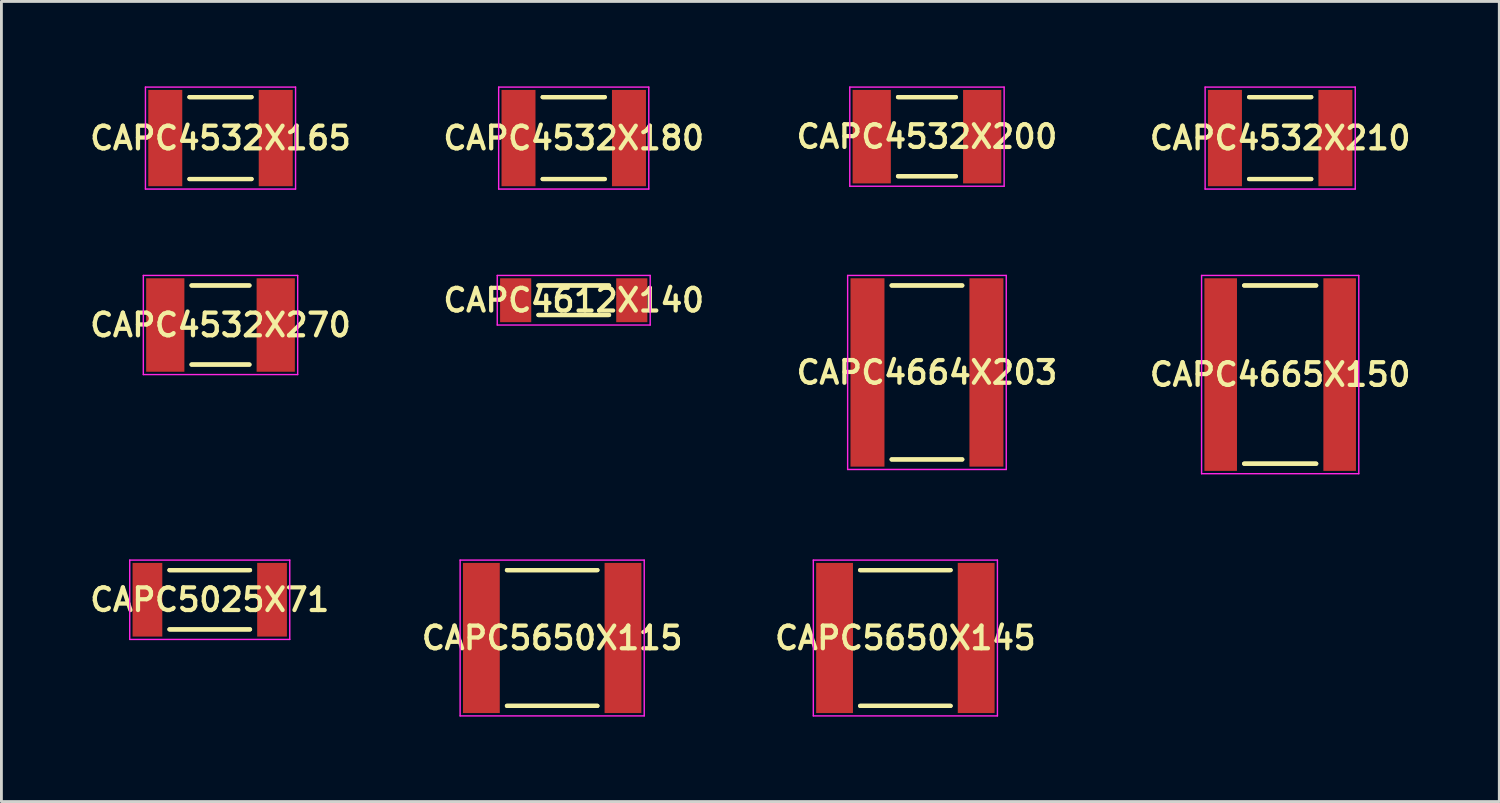
<source format=kicad_pcb>
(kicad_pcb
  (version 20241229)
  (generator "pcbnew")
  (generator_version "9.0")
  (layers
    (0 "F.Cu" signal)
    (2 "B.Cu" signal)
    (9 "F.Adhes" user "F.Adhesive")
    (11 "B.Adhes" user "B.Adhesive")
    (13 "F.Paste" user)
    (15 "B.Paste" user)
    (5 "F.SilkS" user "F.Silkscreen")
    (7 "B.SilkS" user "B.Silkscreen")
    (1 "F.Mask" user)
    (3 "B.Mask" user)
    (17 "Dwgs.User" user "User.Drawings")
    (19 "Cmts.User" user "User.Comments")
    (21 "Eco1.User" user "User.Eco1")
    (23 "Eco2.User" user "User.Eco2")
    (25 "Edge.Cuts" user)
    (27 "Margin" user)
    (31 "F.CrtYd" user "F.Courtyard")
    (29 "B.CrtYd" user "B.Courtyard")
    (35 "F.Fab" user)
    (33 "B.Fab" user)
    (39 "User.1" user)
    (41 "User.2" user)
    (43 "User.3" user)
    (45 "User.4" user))
  (footprint "CAPC5650X115"
    (layer "F.Cu")
    (at 16.445 19.475)
    (property "Reference" "CAPC5650X115" (at 0 0 0) (layer "F.SilkS") (effects (font (size 0.8 0.8) (thickness 0.15))))
    (attr smd)
    (fp_line (start -1.596 -2.396) (end 1.596 -2.396) (stroke (width 0.15) (type solid)) (layer "F.SilkS"))
    (fp_line (start -1.596 2.396) (end 1.596 2.396) (stroke (width 0.15) (type solid)) (layer "F.SilkS"))
    (fp_line (start 1.596 -2.396) (end -1.596 -2.396) (stroke (width 0.15) (type solid)) (layer "F.SilkS"))
    (fp_line (start 1.596 2.396) (end -1.596 2.396) (stroke (width 0.15) (type solid)) (layer "F.SilkS"))
    (fp_line (start -3.25 -2.75) (end 3.25 -2.75) (stroke (width 0.05) (type solid)) (layer "F.CrtYd"))
    (fp_line (start -3.25 2.75) (end -3.25 -2.75) (stroke (width 0.05) (type solid)) (layer "F.CrtYd"))
    (fp_line (start 3.25 -2.75) (end 3.25 2.75) (stroke (width 0.05) (type solid)) (layer "F.CrtYd"))
    (fp_line (start 3.25 2.75) (end -3.25 2.75) (stroke (width 0.05) (type solid)) (layer "F.CrtYd"))
    (pad "1" smd rect (at -2.5 0) (size 1.3 5.3) (layers "F.Cu" "F.Mask" "F.Paste"))
    (pad "2" smd rect (at 2.5 0) (size 1.3 5.3) (layers "F.Cu" "F.Mask" "F.Paste")))
  (footprint "CAPC4532X165"
    (layer "F.Cu")
    (at 4.735 1.825)
    (property "Reference" "CAPC4532X165" (at 0 0 0) (layer "F.SilkS") (effects (font (size 0.8 0.8) (thickness 0.15))))
    (attr smd)
    (fp_line (start -1.096 -1.446) (end 1.096 -1.446) (stroke (width 0.15) (type solid)) (layer "F.SilkS"))
    (fp_line (start -1.096 1.446) (end 1.096 1.446) (stroke (width 0.15) (type solid)) (layer "F.SilkS"))
    (fp_line (start 1.096 -1.446) (end -1.096 -1.446) (stroke (width 0.15) (type solid)) (layer "F.SilkS"))
    (fp_line (start 1.096 1.446) (end -1.096 1.446) (stroke (width 0.15) (type solid)) (layer "F.SilkS"))
    (fp_line (start -2.65 -1.8) (end 2.65 -1.8) (stroke (width 0.05) (type solid)) (layer "F.CrtYd"))
    (fp_line (start -2.65 1.8) (end -2.65 -1.8) (stroke (width 0.05) (type solid)) (layer "F.CrtYd"))
    (fp_line (start 2.65 -1.8) (end 2.65 1.8) (stroke (width 0.05) (type solid)) (layer "F.CrtYd"))
    (fp_line (start 2.65 1.8) (end -2.65 1.8) (stroke (width 0.05) (type solid)) (layer "F.CrtYd"))
    (pad "1" smd rect (at -1.95 0) (size 1.2 3.4) (layers "F.Cu" "F.Mask" "F.Paste"))
    (pad "2" smd rect (at 1.95 0) (size 1.2 3.4) (layers "F.Cu" "F.Mask" "F.Paste")))
  (footprint "CAPC4664X203"
    (layer "F.Cu")
    (at 29.677 10.1)
    (property "Reference" "CAPC4664X203" (at 0 0 0) (layer "F.SilkS") (effects (font (size 0.8 0.8) (thickness 0.15))))
    (attr smd)
    (fp_line (start -1.246 -3.071) (end 1.246 -3.071) (stroke (width 0.15) (type solid)) (layer "F.SilkS"))
    (fp_line (start -1.246 3.071) (end 1.246 3.071) (stroke (width 0.15) (type solid)) (layer "F.SilkS"))
    (fp_line (start 1.246 -3.071) (end -1.246 -3.071) (stroke (width 0.15) (type solid)) (layer "F.SilkS"))
    (fp_line (start 1.246 3.071) (end -1.246 3.071) (stroke (width 0.15) (type solid)) (layer "F.SilkS"))
    (fp_line (start -2.8 -3.425) (end 2.8 -3.425) (stroke (width 0.05) (type solid)) (layer "F.CrtYd"))
    (fp_line (start -2.8 3.425) (end -2.8 -3.425) (stroke (width 0.05) (type solid)) (layer "F.CrtYd"))
    (fp_line (start 2.8 -3.425) (end 2.8 3.425) (stroke (width 0.05) (type solid)) (layer "F.CrtYd"))
    (fp_line (start 2.8 3.425) (end -2.8 3.425) (stroke (width 0.05) (type solid)) (layer "F.CrtYd"))
    (pad "1" smd rect (at -2.1 0) (size 1.2 6.65) (layers "F.Cu" "F.Mask" "F.Paste"))
    (pad "2" smd rect (at 2.1 0) (size 1.2 6.65) (layers "F.Cu" "F.Mask" "F.Paste")))
  (footprint "CAPC4532X180"
    (layer "F.Cu")
    (at 17.206 1.825)
    (property "Reference" "CAPC4532X180" (at 0 0 0) (layer "F.SilkS") (effects (font (size 0.8 0.8) (thickness 0.15))))
    (attr smd)
    (fp_line (start -1.096 -1.446) (end 1.096 -1.446) (stroke (width 0.15) (type solid)) (layer "F.SilkS"))
    (fp_line (start -1.096 1.446) (end 1.096 1.446) (stroke (width 0.15) (type solid)) (layer "F.SilkS"))
    (fp_line (start 1.096 -1.446) (end -1.096 -1.446) (stroke (width 0.15) (type solid)) (layer "F.SilkS"))
    (fp_line (start 1.096 1.446) (end -1.096 1.446) (stroke (width 0.15) (type solid)) (layer "F.SilkS"))
    (fp_line (start -2.65 -1.8) (end 2.65 -1.8) (stroke (width 0.05) (type solid)) (layer "F.CrtYd"))
    (fp_line (start -2.65 1.8) (end -2.65 -1.8) (stroke (width 0.05) (type solid)) (layer "F.CrtYd"))
    (fp_line (start 2.65 -1.8) (end 2.65 1.8) (stroke (width 0.05) (type solid)) (layer "F.CrtYd"))
    (fp_line (start 2.65 1.8) (end -2.65 1.8) (stroke (width 0.05) (type solid)) (layer "F.CrtYd"))
    (pad "1" smd rect (at -1.95 0) (size 1.2 3.4) (layers "F.Cu" "F.Mask" "F.Paste"))
    (pad "2" smd rect (at 1.95 0) (size 1.2 3.4) (layers "F.Cu" "F.Mask" "F.Paste")))
  (footprint "CAPC4665X150"
    (layer "F.Cu")
    (at 42.148 10.175)
    (property "Reference" "CAPC4665X150" (at 0 0 0) (layer "F.SilkS") (effects (font (size 0.8 0.8) (thickness 0.15))))
    (attr smd)
    (fp_line (start -1.271 -3.146) (end 1.271 -3.146) (stroke (width 0.15) (type solid)) (layer "F.SilkS"))
    (fp_line (start -1.271 3.146) (end 1.271 3.146) (stroke (width 0.15) (type solid)) (layer "F.SilkS"))
    (fp_line (start 1.271 -3.146) (end -1.271 -3.146) (stroke (width 0.15) (type solid)) (layer "F.SilkS"))
    (fp_line (start 1.271 3.146) (end -1.271 3.146) (stroke (width 0.15) (type solid)) (layer "F.SilkS"))
    (fp_line (start -2.775 -3.5) (end 2.775 -3.5) (stroke (width 0.05) (type solid)) (layer "F.CrtYd"))
    (fp_line (start -2.775 3.5) (end -2.775 -3.5) (stroke (width 0.05) (type solid)) (layer "F.CrtYd"))
    (fp_line (start 2.775 -3.5) (end 2.775 3.5) (stroke (width 0.05) (type solid)) (layer "F.CrtYd"))
    (fp_line (start 2.775 3.5) (end -2.775 3.5) (stroke (width 0.05) (type solid)) (layer "F.CrtYd"))
    (pad "1" smd rect (at -2.1 0) (size 1.15 6.8) (layers "F.Cu" "F.Mask" "F.Paste"))
    (pad "2" smd rect (at 2.1 0) (size 1.15 6.8) (layers "F.Cu" "F.Mask" "F.Paste")))
  (footprint "CAPC4532X200"
    (layer "F.Cu")
    (at 29.677 1.775)
    (property "Reference" "CAPC4532X200" (at 0 0 0) (layer "F.SilkS") (effects (font (size 0.8 0.8) (thickness 0.15))))
    (attr smd)
    (fp_line (start -1.021 -1.396) (end 1.021 -1.396) (stroke (width 0.15) (type solid)) (layer "F.SilkS"))
    (fp_line (start -1.021 1.396) (end 1.021 1.396) (stroke (width 0.15) (type solid)) (layer "F.SilkS"))
    (fp_line (start 1.021 -1.396) (end -1.021 -1.396) (stroke (width 0.15) (type solid)) (layer "F.SilkS"))
    (fp_line (start 1.021 1.396) (end -1.021 1.396) (stroke (width 0.15) (type solid)) (layer "F.SilkS"))
    (fp_line (start -2.725 -1.75) (end 2.725 -1.75) (stroke (width 0.05) (type solid)) (layer "F.CrtYd"))
    (fp_line (start -2.725 1.75) (end -2.725 -1.75) (stroke (width 0.05) (type solid)) (layer "F.CrtYd"))
    (fp_line (start 2.725 -1.75) (end 2.725 1.75) (stroke (width 0.05) (type solid)) (layer "F.CrtYd"))
    (fp_line (start 2.725 1.75) (end -2.725 1.75) (stroke (width 0.05) (type solid)) (layer "F.CrtYd"))
    (pad "1" smd rect (at -1.95 0) (size 1.35 3.3) (layers "F.Cu" "F.Mask" "F.Paste"))
    (pad "2" smd rect (at 1.95 0) (size 1.35 3.3) (layers "F.Cu" "F.Mask" "F.Paste")))
  (footprint "CAPC4612X140"
    (layer "F.Cu")
    (at 17.206 7.55)
    (property "Reference" "CAPC4612X140" (at 0 0 0) (layer "F.SilkS") (effects (font (size 0.8 0.8) (thickness 0.15))))
    (attr smd)
    (fp_line (start -1.246 -0.521) (end 1.246 -0.521) (stroke (width 0.15) (type solid)) (layer "F.SilkS"))
    (fp_line (start -1.246 0.521) (end 1.246 0.521) (stroke (width 0.15) (type solid)) (layer "F.SilkS"))
    (fp_line (start 1.246 -0.521) (end -1.246 -0.521) (stroke (width 0.15) (type solid)) (layer "F.SilkS"))
    (fp_line (start 1.246 0.521) (end -1.246 0.521) (stroke (width 0.15) (type solid)) (layer "F.SilkS"))
    (fp_line (start -2.7 -0.875) (end 2.7 -0.875) (stroke (width 0.05) (type solid)) (layer "F.CrtYd"))
    (fp_line (start -2.7 0.875) (end -2.7 -0.875) (stroke (width 0.05) (type solid)) (layer "F.CrtYd"))
    (fp_line (start 2.7 -0.875) (end 2.7 0.875) (stroke (width 0.05) (type solid)) (layer "F.CrtYd"))
    (fp_line (start 2.7 0.875) (end -2.7 0.875) (stroke (width 0.05) (type solid)) (layer "F.CrtYd"))
    (pad "1" smd rect (at -2.05 0) (size 1.1 1.55) (layers "F.Cu" "F.Mask" "F.Paste"))
    (pad "2" smd rect (at 2.05 0) (size 1.1 1.55) (layers "F.Cu" "F.Mask" "F.Paste")))
  (footprint "CAPC5650X145"
    (layer "F.Cu")
    (at 28.915 19.475)
    (property "Reference" "CAPC5650X145" (at 0 0 0) (layer "F.SilkS") (effects (font (size 0.8 0.8) (thickness 0.15))))
    (attr smd)
    (fp_line (start -1.596 -2.396) (end 1.596 -2.396) (stroke (width 0.15) (type solid)) (layer "F.SilkS"))
    (fp_line (start -1.596 2.396) (end 1.596 2.396) (stroke (width 0.15) (type solid)) (layer "F.SilkS"))
    (fp_line (start 1.596 -2.396) (end -1.596 -2.396) (stroke (width 0.15) (type solid)) (layer "F.SilkS"))
    (fp_line (start 1.596 2.396) (end -1.596 2.396) (stroke (width 0.15) (type solid)) (layer "F.SilkS"))
    (fp_line (start -3.25 -2.75) (end 3.25 -2.75) (stroke (width 0.05) (type solid)) (layer "F.CrtYd"))
    (fp_line (start -3.25 2.75) (end -3.25 -2.75) (stroke (width 0.05) (type solid)) (layer "F.CrtYd"))
    (fp_line (start 3.25 -2.75) (end 3.25 2.75) (stroke (width 0.05) (type solid)) (layer "F.CrtYd"))
    (fp_line (start 3.25 2.75) (end -3.25 2.75) (stroke (width 0.05) (type solid)) (layer "F.CrtYd"))
    (pad "1" smd rect (at -2.5 0) (size 1.3 5.3) (layers "F.Cu" "F.Mask" "F.Paste"))
    (pad "2" smd rect (at 2.5 0) (size 1.3 5.3) (layers "F.Cu" "F.Mask" "F.Paste")))
  (footprint "CAPC5025X71"
    (layer "F.Cu")
    (at 4.355 18.125)
    (property "Reference" "CAPC5025X71" (at 0 0 0) (layer "F.SilkS") (effects (font (size 0.8 0.8) (thickness 0.15))))
    (attr smd)
    (fp_line (start -1.421 -1.046) (end 1.421 -1.046) (stroke (width 0.15) (type solid)) (layer "F.SilkS"))
    (fp_line (start -1.421 1.046) (end 1.421 1.046) (stroke (width 0.15) (type solid)) (layer "F.SilkS"))
    (fp_line (start 1.421 -1.046) (end -1.421 -1.046) (stroke (width 0.15) (type solid)) (layer "F.SilkS"))
    (fp_line (start 1.421 1.046) (end -1.421 1.046) (stroke (width 0.15) (type solid)) (layer "F.SilkS"))
    (fp_line (start -2.825 -1.4) (end 2.825 -1.4) (stroke (width 0.05) (type solid)) (layer "F.CrtYd"))
    (fp_line (start -2.825 1.4) (end -2.825 -1.4) (stroke (width 0.05) (type solid)) (layer "F.CrtYd"))
    (fp_line (start 2.825 -1.4) (end 2.825 1.4) (stroke (width 0.05) (type solid)) (layer "F.CrtYd"))
    (fp_line (start 2.825 1.4) (end -2.825 1.4) (stroke (width 0.05) (type solid)) (layer "F.CrtYd"))
    (pad "1" smd rect (at -2.2 0) (size 1.05 2.6) (layers "F.Cu" "F.Mask" "F.Paste"))
    (pad "2" smd rect (at 2.2 0) (size 1.05 2.6) (layers "F.Cu" "F.Mask" "F.Paste")))
  (footprint "CAPC4532X270"
    (layer "F.Cu")
    (at 4.735 8.425)
    (property "Reference" "CAPC4532X270" (at 0 0 0) (layer "F.SilkS") (effects (font (size 0.8 0.8) (thickness 0.15))))
    (attr smd)
    (fp_line (start -1.021 -1.396) (end 1.021 -1.396) (stroke (width 0.15) (type solid)) (layer "F.SilkS"))
    (fp_line (start -1.021 1.396) (end 1.021 1.396) (stroke (width 0.15) (type solid)) (layer "F.SilkS"))
    (fp_line (start 1.021 -1.396) (end -1.021 -1.396) (stroke (width 0.15) (type solid)) (layer "F.SilkS"))
    (fp_line (start 1.021 1.396) (end -1.021 1.396) (stroke (width 0.15) (type solid)) (layer "F.SilkS"))
    (fp_line (start -2.725 -1.75) (end 2.725 -1.75) (stroke (width 0.05) (type solid)) (layer "F.CrtYd"))
    (fp_line (start -2.725 1.75) (end -2.725 -1.75) (stroke (width 0.05) (type solid)) (layer "F.CrtYd"))
    (fp_line (start 2.725 -1.75) (end 2.725 1.75) (stroke (width 0.05) (type solid)) (layer "F.CrtYd"))
    (fp_line (start 2.725 1.75) (end -2.725 1.75) (stroke (width 0.05) (type solid)) (layer "F.CrtYd"))
    (pad "1" smd rect (at -1.95 0) (size 1.35 3.3) (layers "F.Cu" "F.Mask" "F.Paste"))
    (pad "2" smd rect (at 1.95 0) (size 1.35 3.3) (layers "F.Cu" "F.Mask" "F.Paste")))
  (footprint "CAPC4532X210"
    (layer "F.Cu")
    (at 42.148 1.825)
    (property "Reference" "CAPC4532X210" (at 0 0 0) (layer "F.SilkS") (effects (font (size 0.8 0.8) (thickness 0.15))))
    (attr smd)
    (fp_line (start -1.096 -1.446) (end 1.096 -1.446) (stroke (width 0.15) (type solid)) (layer "F.SilkS"))
    (fp_line (start -1.096 1.446) (end 1.096 1.446) (stroke (width 0.15) (type solid)) (layer "F.SilkS"))
    (fp_line (start 1.096 -1.446) (end -1.096 -1.446) (stroke (width 0.15) (type solid)) (layer "F.SilkS"))
    (fp_line (start 1.096 1.446) (end -1.096 1.446) (stroke (width 0.15) (type solid)) (layer "F.SilkS"))
    (fp_line (start -2.65 -1.8) (end 2.65 -1.8) (stroke (width 0.05) (type solid)) (layer "F.CrtYd"))
    (fp_line (start -2.65 1.8) (end -2.65 -1.8) (stroke (width 0.05) (type solid)) (layer "F.CrtYd"))
    (fp_line (start 2.65 -1.8) (end 2.65 1.8) (stroke (width 0.05) (type solid)) (layer "F.CrtYd"))
    (fp_line (start 2.65 1.8) (end -2.65 1.8) (stroke (width 0.05) (type solid)) (layer "F.CrtYd"))
    (pad "1" smd rect (at -1.95 0) (size 1.2 3.4) (layers "F.Cu" "F.Mask" "F.Paste"))
    (pad "2" smd rect (at 1.95 0) (size 1.2 3.4) (layers "F.Cu" "F.Mask" "F.Paste")))
  (gr_rect
    (start -3 -3)
    (end 49.884 25.25)
    (stroke (width 0.1) (type default))
    (fill no)
    (layer "Edge.Cuts")))
</source>
